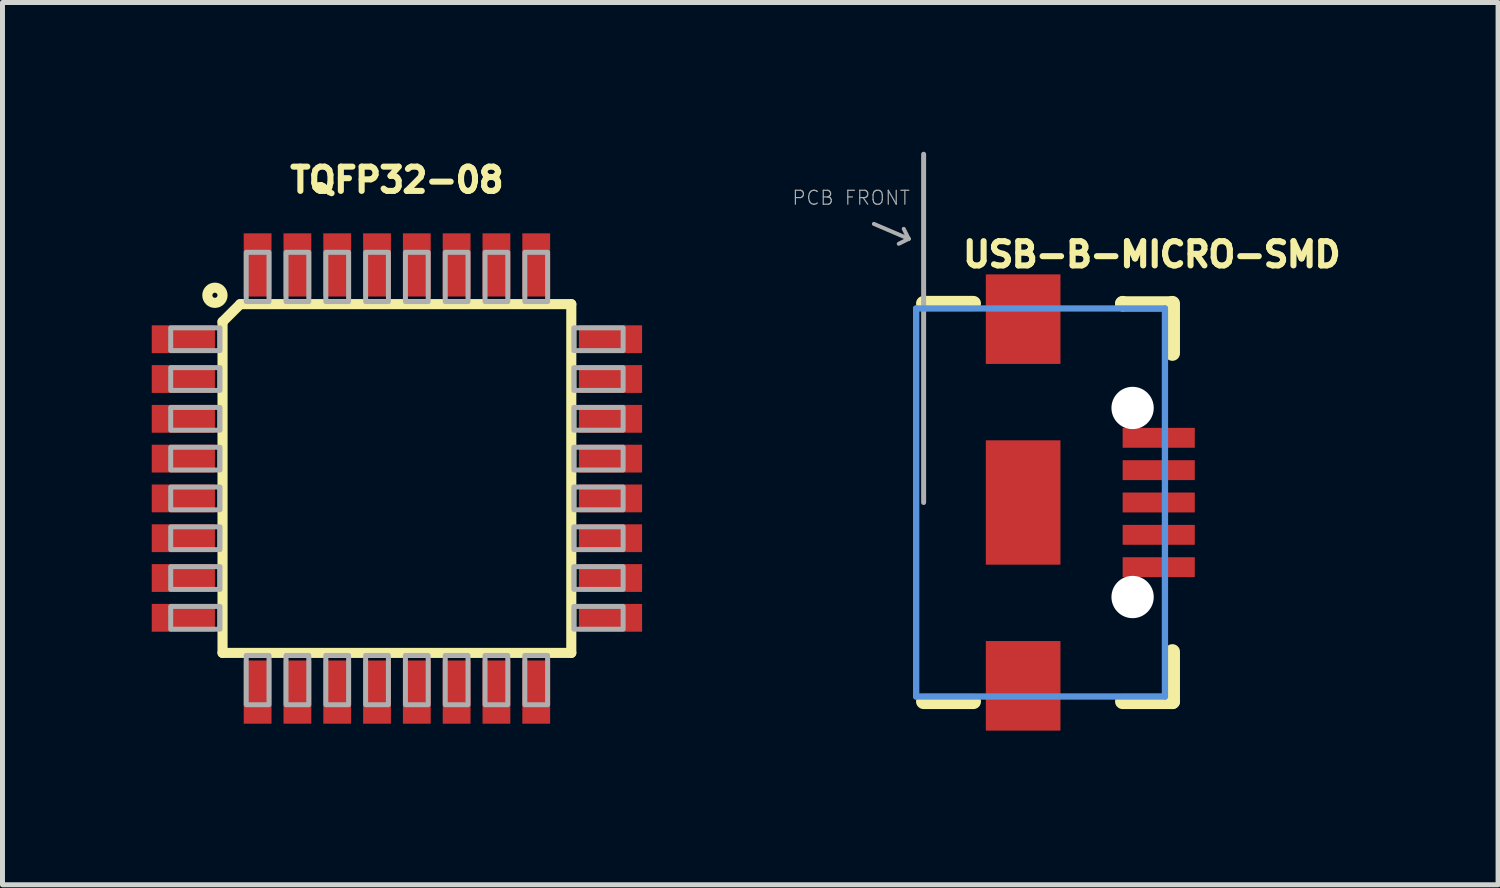
<source format=kicad_pcb>
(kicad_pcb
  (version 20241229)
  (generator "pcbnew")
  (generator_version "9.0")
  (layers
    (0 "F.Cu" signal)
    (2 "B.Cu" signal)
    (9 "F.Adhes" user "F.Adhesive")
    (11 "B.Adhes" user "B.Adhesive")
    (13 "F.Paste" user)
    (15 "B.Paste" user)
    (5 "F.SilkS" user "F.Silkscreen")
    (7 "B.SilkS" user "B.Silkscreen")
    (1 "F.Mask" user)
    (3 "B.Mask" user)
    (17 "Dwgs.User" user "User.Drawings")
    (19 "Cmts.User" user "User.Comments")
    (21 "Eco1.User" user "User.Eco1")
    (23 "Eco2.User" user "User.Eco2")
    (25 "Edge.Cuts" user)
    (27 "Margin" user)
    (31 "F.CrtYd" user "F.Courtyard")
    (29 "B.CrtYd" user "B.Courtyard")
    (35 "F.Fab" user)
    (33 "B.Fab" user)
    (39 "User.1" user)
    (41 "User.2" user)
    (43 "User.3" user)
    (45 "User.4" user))
  (footprint "USB-B-MICRO-SMD"
    (layer "F.Cu")
    (at 17.515 7.05)
    (property "Reference" "USB-B-MICRO-SMD" (at -1.27 -4.699 0) (layer "F.SilkS") (effects (font (size 0.488 0.488) (thickness 0.122)) (justify left bottom)))
    (fp_poly (pts (xy -0.85 -2.684) (xy 0.85 -2.684) (xy 0.85 -4.684) (xy -0.85 -4.684)) (stroke (width 0) (type solid)) (fill yes) (layer "F.Mask"))
    (fp_poly (pts (xy -0.85 1.35) (xy 0.85 1.35) (xy 0.85 -1.35) (xy -0.85 -1.35)) (stroke (width 0) (type solid)) (fill yes) (layer "F.Mask"))
    (fp_poly (pts (xy -0.85 4.684) (xy 0.85 4.684) (xy 0.85 2.684) (xy -0.85 2.684)) (stroke (width 0) (type solid)) (fill yes) (layer "F.Mask"))
    (fp_line (start -1 -4) (end -2 -4) (stroke (width 0.305) (type solid)) (layer "F.SilkS"))
    (fp_line (start -1 4) (end -2 4) (stroke (width 0.305) (type solid)) (layer "F.SilkS"))
    (fp_line (start 2 -3.993) (end 2 -4) (stroke (width 0.305) (type solid)) (layer "F.SilkS"))
    (fp_line (start 2 4) (end 3 4) (stroke (width 0.305) (type solid)) (layer "F.SilkS"))
    (fp_line (start 2.982 -3.993) (end 2 -3.993) (stroke (width 0.305) (type solid)) (layer "F.SilkS"))
    (fp_line (start 3 -4) (end 3 -3) (stroke (width 0.305) (type solid)) (layer "F.SilkS"))
    (fp_line (start 3 4) (end 3 3) (stroke (width 0.305) (type solid)) (layer "F.SilkS"))
    (fp_poly (pts (xy -0.75 -2.784) (xy 0.75 -2.784) (xy 0.75 -4.584) (xy -0.75 -4.584)) (stroke (width 0) (type solid)) (fill yes) (layer "F.Paste"))
    (fp_poly (pts (xy -0.75 4.584) (xy 0.75 4.584) (xy 0.75 2.784) (xy -0.75 2.784)) (stroke (width 0) (type solid)) (fill yes) (layer "F.Paste"))
    (fp_poly (pts (xy -0.35 0.75) (xy 0.35 0.75) (xy 0.35 -0.75) (xy -0.35 -0.75)) (stroke (width 0) (type solid)) (fill yes) (layer "F.Paste"))
    (fp_line (start -2.15 -3.9) (end -2.15 3.9) (stroke (width 0.127) (type solid)) (layer "Cmts.User"))
    (fp_line (start 2.85 -3.9) (end -2.15 -3.9) (stroke (width 0.127) (type solid)) (layer "Cmts.User"))
    (fp_line (start 2.85 -3.9) (end 2.85 3.9) (stroke (width 0.127) (type solid)) (layer "Cmts.User"))
    (fp_line (start 2.85 3.9) (end -2.15 3.9) (stroke (width 0.127) (type solid)) (layer "Cmts.User"))
    (fp_line (start -3 -5.6) (end -2.3 -5.3) (stroke (width 0.08) (type solid)) (layer "F.Fab"))
    (fp_line (start -2.3 -5.3) (end -2.5 -5.2) (stroke (width 0.08) (type solid)) (layer "F.Fab"))
    (fp_line (start -2.3 -5.3) (end -2.4 -5.5) (stroke (width 0.08) (type solid)) (layer "F.Fab"))
    (fp_line (start -2 -7) (end -2 0) (stroke (width 0.1) (type solid)) (layer "F.Fab"))
    (fp_text user "PCB FRONT" (at -4.66 -5.96 0) (layer "F.Fab") (effects (font (size 0.28 0.28) (thickness 0.024)) (justify left bottom)))
    (pad "" np_thru_hole circle (at 2.2 -1.9) (size 0.85 0.85) (drill 0.85) (layers "*.Cu" "*.Mask"))
    (pad "" np_thru_hole circle (at 2.2 1.9) (size 0.85 0.85) (drill 0.85) (layers "*.Cu" "*.Mask"))
    (pad "D+" smd rect (at 2.725 0 90) (size 0.4 1.45) (layers "F.Cu" "F.Mask" "F.Paste"))
    (pad "D-" smd rect (at 2.725 -0.65 90) (size 0.4 1.45) (layers "F.Cu" "F.Mask" "F.Paste"))
    (pad "GND" smd rect (at 2.725 1.3 90) (size 0.4 1.45) (layers "F.Cu" "F.Mask" "F.Paste"))
    (pad "ID" smd rect (at 2.725 0.65 90) (size 0.4 1.45) (layers "F.Cu" "F.Mask" "F.Paste"))
    (pad "SHIELD1" smd rect (at 0 -3.685 90) (size 1.8 1.5) (layers "F.Cu"))
    (pad "SHIELD2" smd rect (at 0 3.685 90) (size 1.8 1.5) (layers "F.Cu"))
    (pad "SHIELD3" smd rect (at 0 0 90) (size 2.5 1.5) (layers "F.Cu"))
    (pad "VBUS" smd rect (at 2.725 -1.3 90) (size 0.4 1.45) (layers "F.Cu" "F.Mask" "F.Paste")))
  (footprint "TQFP32-08"
    (layer "F.Cu")
    (at 4.928 6.568)
    (property "Reference" "TQFP32-08" (at 0 -5.715 0) (layer "F.SilkS") (effects (font (size 0.488 0.488) (thickness 0.122)) (justify bottom)))
    (fp_line (start -3.505 3.505) (end -3.505 -3.15) (stroke (width 0.203) (type solid)) (layer "F.SilkS"))
    (fp_line (start -3.15 -3.505) (end -3.505 -3.15) (stroke (width 0.203) (type solid)) (layer "F.SilkS"))
    (fp_line (start -3.15 -3.505) (end 3.505 -3.505) (stroke (width 0.203) (type solid)) (layer "F.SilkS"))
    (fp_line (start 3.505 -3.505) (end 3.505 3.505) (stroke (width 0.203) (type solid)) (layer "F.SilkS"))
    (fp_line (start 3.505 3.505) (end -3.505 3.505) (stroke (width 0.203) (type solid)) (layer "F.SilkS"))
    (fp_circle (center -3.658 -3.683) (end -3.505 -3.683) (stroke (width 0.203) (type solid)) (fill no) (layer "F.SilkS"))
    (fp_poly (pts (xy -4.547 -2.571) (xy -3.556 -2.571) (xy -3.556 -3.029) (xy -4.547 -3.029)) (stroke (width 0.1) (type solid)) (fill no) (layer "F.Fab"))
    (fp_poly (pts (xy -4.547 -1.771) (xy -3.556 -1.771) (xy -3.556 -2.229) (xy -4.547 -2.229)) (stroke (width 0.1) (type solid)) (fill no) (layer "F.Fab"))
    (fp_poly (pts (xy -4.547 -0.971) (xy -3.556 -0.971) (xy -3.556 -1.429) (xy -4.547 -1.429)) (stroke (width 0.1) (type solid)) (fill no) (layer "F.Fab"))
    (fp_poly (pts (xy -4.547 -0.171) (xy -3.556 -0.171) (xy -3.556 -0.629) (xy -4.547 -0.629)) (stroke (width 0.1) (type solid)) (fill no) (layer "F.Fab"))
    (fp_poly (pts (xy -4.547 0.629) (xy -3.556 0.629) (xy -3.556 0.171) (xy -4.547 0.171)) (stroke (width 0.1) (type solid)) (fill no) (layer "F.Fab"))
    (fp_poly (pts (xy -4.547 1.429) (xy -3.556 1.429) (xy -3.556 0.971) (xy -4.547 0.971)) (stroke (width 0.1) (type solid)) (fill no) (layer "F.Fab"))
    (fp_poly (pts (xy -4.547 2.229) (xy -3.556 2.229) (xy -3.556 1.771) (xy -4.547 1.771)) (stroke (width 0.1) (type solid)) (fill no) (layer "F.Fab"))
    (fp_poly (pts (xy -4.547 3.029) (xy -3.556 3.029) (xy -3.556 2.571) (xy -4.547 2.571)) (stroke (width 0.1) (type solid)) (fill no) (layer "F.Fab"))
    (fp_poly (pts (xy -3.029 -3.556) (xy -2.571 -3.556) (xy -2.571 -4.547) (xy -3.029 -4.547)) (stroke (width 0.1) (type solid)) (fill no) (layer "F.Fab"))
    (fp_poly (pts (xy -3.029 4.547) (xy -2.571 4.547) (xy -2.571 3.556) (xy -3.029 3.556)) (stroke (width 0.1) (type solid)) (fill no) (layer "F.Fab"))
    (fp_poly (pts (xy -2.229 -3.556) (xy -1.771 -3.556) (xy -1.771 -4.547) (xy -2.229 -4.547)) (stroke (width 0.1) (type solid)) (fill no) (layer "F.Fab"))
    (fp_poly (pts (xy -2.229 4.547) (xy -1.771 4.547) (xy -1.771 3.556) (xy -2.229 3.556)) (stroke (width 0.1) (type solid)) (fill no) (layer "F.Fab"))
    (fp_poly (pts (xy -1.429 -3.556) (xy -0.971 -3.556) (xy -0.971 -4.547) (xy -1.429 -4.547)) (stroke (width 0.1) (type solid)) (fill no) (layer "F.Fab"))
    (fp_poly (pts (xy -1.429 4.547) (xy -0.971 4.547) (xy -0.971 3.556) (xy -1.429 3.556)) (stroke (width 0.1) (type solid)) (fill no) (layer "F.Fab"))
    (fp_poly (pts (xy -0.629 -3.556) (xy -0.171 -3.556) (xy -0.171 -4.547) (xy -0.629 -4.547)) (stroke (width 0.1) (type solid)) (fill no) (layer "F.Fab"))
    (fp_poly (pts (xy -0.629 4.547) (xy -0.171 4.547) (xy -0.171 3.556) (xy -0.629 3.556)) (stroke (width 0.1) (type solid)) (fill no) (layer "F.Fab"))
    (fp_poly (pts (xy 0.171 -3.556) (xy 0.629 -3.556) (xy 0.629 -4.547) (xy 0.171 -4.547)) (stroke (width 0.1) (type solid)) (fill no) (layer "F.Fab"))
    (fp_poly (pts (xy 0.171 4.547) (xy 0.629 4.547) (xy 0.629 3.556) (xy 0.171 3.556)) (stroke (width 0.1) (type solid)) (fill no) (layer "F.Fab"))
    (fp_poly (pts (xy 0.971 -3.556) (xy 1.429 -3.556) (xy 1.429 -4.547) (xy 0.971 -4.547)) (stroke (width 0.1) (type solid)) (fill no) (layer "F.Fab"))
    (fp_poly (pts (xy 0.971 4.547) (xy 1.429 4.547) (xy 1.429 3.556) (xy 0.971 3.556)) (stroke (width 0.1) (type solid)) (fill no) (layer "F.Fab"))
    (fp_poly (pts (xy 1.771 -3.556) (xy 2.229 -3.556) (xy 2.229 -4.547) (xy 1.771 -4.547)) (stroke (width 0.1) (type solid)) (fill no) (layer "F.Fab"))
    (fp_poly (pts (xy 1.771 4.547) (xy 2.229 4.547) (xy 2.229 3.556) (xy 1.771 3.556)) (stroke (width 0.1) (type solid)) (fill no) (layer "F.Fab"))
    (fp_poly (pts (xy 2.571 -3.556) (xy 3.029 -3.556) (xy 3.029 -4.547) (xy 2.571 -4.547)) (stroke (width 0.1) (type solid)) (fill no) (layer "F.Fab"))
    (fp_poly (pts (xy 2.571 4.547) (xy 3.029 4.547) (xy 3.029 3.556) (xy 2.571 3.556)) (stroke (width 0.1) (type solid)) (fill no) (layer "F.Fab"))
    (fp_poly (pts (xy 3.556 -2.571) (xy 4.547 -2.571) (xy 4.547 -3.029) (xy 3.556 -3.029)) (stroke (width 0.1) (type solid)) (fill no) (layer "F.Fab"))
    (fp_poly (pts (xy 3.556 -1.771) (xy 4.547 -1.771) (xy 4.547 -2.229) (xy 3.556 -2.229)) (stroke (width 0.1) (type solid)) (fill no) (layer "F.Fab"))
    (fp_poly (pts (xy 3.556 -0.971) (xy 4.547 -0.971) (xy 4.547 -1.429) (xy 3.556 -1.429)) (stroke (width 0.1) (type solid)) (fill no) (layer "F.Fab"))
    (fp_poly (pts (xy 3.556 -0.171) (xy 4.547 -0.171) (xy 4.547 -0.629) (xy 3.556 -0.629)) (stroke (width 0.1) (type solid)) (fill no) (layer "F.Fab"))
    (fp_poly (pts (xy 3.556 0.629) (xy 4.547 0.629) (xy 4.547 0.171) (xy 3.556 0.171)) (stroke (width 0.1) (type solid)) (fill no) (layer "F.Fab"))
    (fp_poly (pts (xy 3.556 1.429) (xy 4.547 1.429) (xy 4.547 0.971) (xy 3.556 0.971)) (stroke (width 0.1) (type solid)) (fill no) (layer "F.Fab"))
    (fp_poly (pts (xy 3.556 2.229) (xy 4.547 2.229) (xy 4.547 1.771) (xy 3.556 1.771)) (stroke (width 0.1) (type solid)) (fill no) (layer "F.Fab"))
    (fp_poly (pts (xy 3.556 3.029) (xy 4.547 3.029) (xy 4.547 2.571) (xy 3.556 2.571)) (stroke (width 0.1) (type solid)) (fill no) (layer "F.Fab"))
    (pad "1" smd rect (at -4.293 -2.8) (size 1.27 0.559) (layers "F.Cu" "F.Mask" "F.Paste"))
    (pad "2" smd rect (at -4.293 -2) (size 1.27 0.559) (layers "F.Cu" "F.Mask" "F.Paste"))
    (pad "3" smd rect (at -4.293 -1.2) (size 1.27 0.559) (layers "F.Cu" "F.Mask" "F.Paste"))
    (pad "4" smd rect (at -4.293 -0.4) (size 1.27 0.559) (layers "F.Cu" "F.Mask" "F.Paste"))
    (pad "5" smd rect (at -4.293 0.4) (size 1.27 0.559) (layers "F.Cu" "F.Mask" "F.Paste"))
    (pad "6" smd rect (at -4.293 1.2) (size 1.27 0.559) (layers "F.Cu" "F.Mask" "F.Paste"))
    (pad "7" smd rect (at -4.293 2) (size 1.27 0.559) (layers "F.Cu" "F.Mask" "F.Paste"))
    (pad "8" smd rect (at -4.293 2.8) (size 1.27 0.559) (layers "F.Cu" "F.Mask" "F.Paste"))
    (pad "9" smd rect (at -2.8 4.293) (size 0.559 1.27) (layers "F.Cu" "F.Mask" "F.Paste"))
    (pad "10" smd rect (at -2 4.293) (size 0.559 1.27) (layers "F.Cu" "F.Mask" "F.Paste"))
    (pad "11" smd rect (at -1.2 4.293) (size 0.559 1.27) (layers "F.Cu" "F.Mask" "F.Paste"))
    (pad "12" smd rect (at -0.4 4.293) (size 0.559 1.27) (layers "F.Cu" "F.Mask" "F.Paste"))
    (pad "13" smd rect (at 0.4 4.293) (size 0.559 1.27) (layers "F.Cu" "F.Mask" "F.Paste"))
    (pad "14" smd rect (at 1.2 4.293) (size 0.559 1.27) (layers "F.Cu" "F.Mask" "F.Paste"))
    (pad "15" smd rect (at 2 4.293) (size 0.559 1.27) (layers "F.Cu" "F.Mask" "F.Paste"))
    (pad "16" smd rect (at 2.8 4.293) (size 0.559 1.27) (layers "F.Cu" "F.Mask" "F.Paste"))
    (pad "17" smd rect (at 4.293 2.8) (size 1.27 0.559) (layers "F.Cu" "F.Mask" "F.Paste"))
    (pad "18" smd rect (at 4.293 2) (size 1.27 0.559) (layers "F.Cu" "F.Mask" "F.Paste"))
    (pad "19" smd rect (at 4.293 1.2) (size 1.27 0.559) (layers "F.Cu" "F.Mask" "F.Paste"))
    (pad "20" smd rect (at 4.293 0.4) (size 1.27 0.559) (layers "F.Cu" "F.Mask" "F.Paste"))
    (pad "21" smd rect (at 4.293 -0.4) (size 1.27 0.559) (layers "F.Cu" "F.Mask" "F.Paste"))
    (pad "22" smd rect (at 4.293 -1.2) (size 1.27 0.559) (layers "F.Cu" "F.Mask" "F.Paste"))
    (pad "23" smd rect (at 4.293 -2) (size 1.27 0.559) (layers "F.Cu" "F.Mask" "F.Paste"))
    (pad "24" smd rect (at 4.293 -2.8) (size 1.27 0.559) (layers "F.Cu" "F.Mask" "F.Paste"))
    (pad "25" smd rect (at 2.8 -4.293) (size 0.559 1.27) (layers "F.Cu" "F.Mask" "F.Paste"))
    (pad "26" smd rect (at 2 -4.293) (size 0.559 1.27) (layers "F.Cu" "F.Mask" "F.Paste"))
    (pad "27" smd rect (at 1.2 -4.293) (size 0.559 1.27) (layers "F.Cu" "F.Mask" "F.Paste"))
    (pad "28" smd rect (at 0.4 -4.293) (size 0.559 1.27) (layers "F.Cu" "F.Mask" "F.Paste"))
    (pad "29" smd rect (at -0.4 -4.293) (size 0.559 1.27) (layers "F.Cu" "F.Mask" "F.Paste"))
    (pad "30" smd rect (at -1.2 -4.293) (size 0.559 1.27) (layers "F.Cu" "F.Mask" "F.Paste"))
    (pad "31" smd rect (at -2 -4.293) (size 0.559 1.27) (layers "F.Cu" "F.Mask" "F.Paste"))
    (pad "32" smd rect (at -2.8 -4.293) (size 0.559 1.27) (layers "F.Cu" "F.Mask" "F.Paste")))
  (gr_rect
    (start -3 -3)
    (end 27.061 14.734)
    (stroke (width 0.1) (type default))
    (fill no)
    (layer "Edge.Cuts")))
</source>
